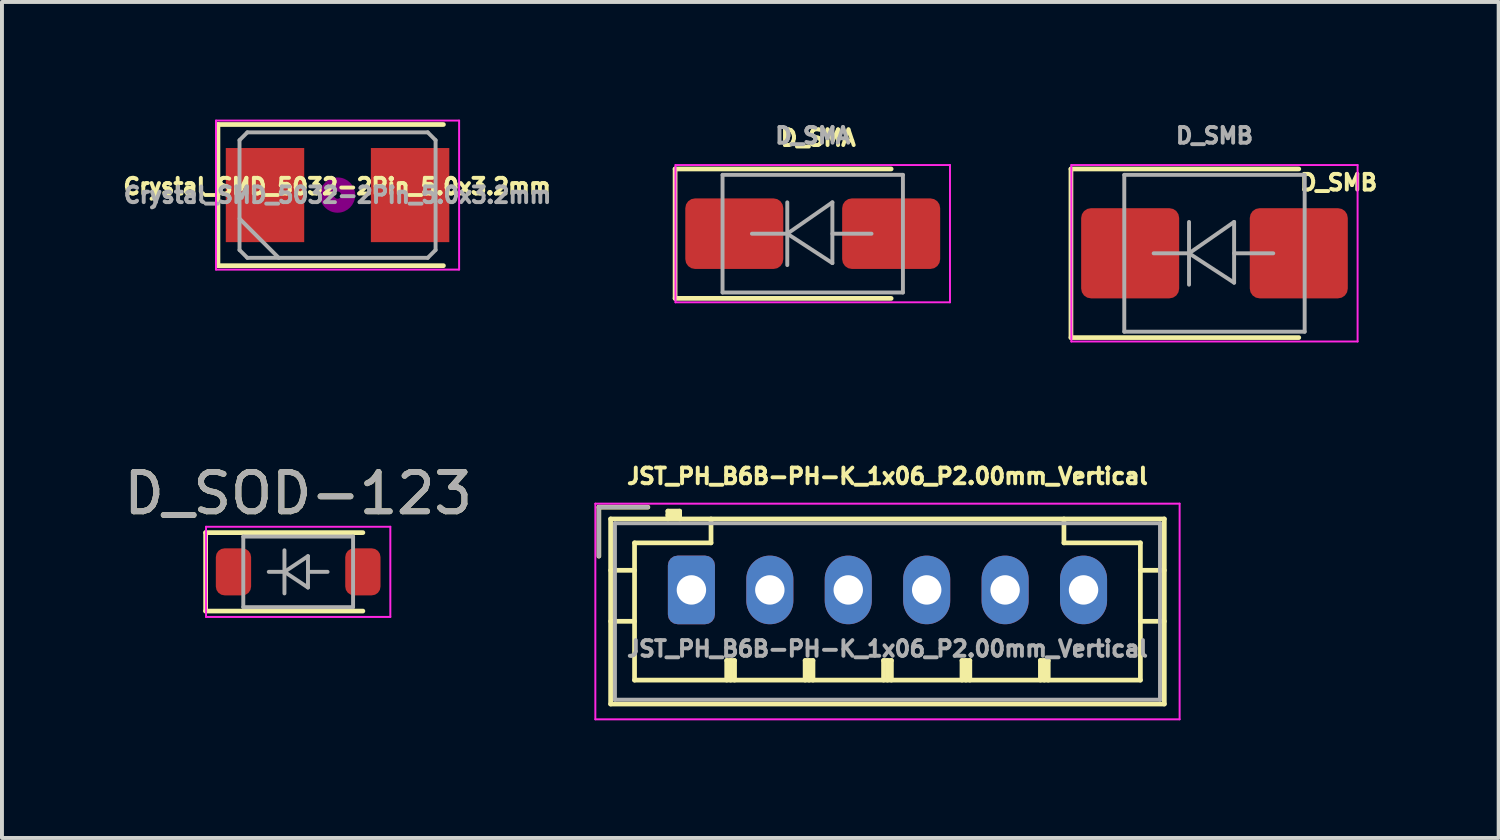
<source format=kicad_pcb>
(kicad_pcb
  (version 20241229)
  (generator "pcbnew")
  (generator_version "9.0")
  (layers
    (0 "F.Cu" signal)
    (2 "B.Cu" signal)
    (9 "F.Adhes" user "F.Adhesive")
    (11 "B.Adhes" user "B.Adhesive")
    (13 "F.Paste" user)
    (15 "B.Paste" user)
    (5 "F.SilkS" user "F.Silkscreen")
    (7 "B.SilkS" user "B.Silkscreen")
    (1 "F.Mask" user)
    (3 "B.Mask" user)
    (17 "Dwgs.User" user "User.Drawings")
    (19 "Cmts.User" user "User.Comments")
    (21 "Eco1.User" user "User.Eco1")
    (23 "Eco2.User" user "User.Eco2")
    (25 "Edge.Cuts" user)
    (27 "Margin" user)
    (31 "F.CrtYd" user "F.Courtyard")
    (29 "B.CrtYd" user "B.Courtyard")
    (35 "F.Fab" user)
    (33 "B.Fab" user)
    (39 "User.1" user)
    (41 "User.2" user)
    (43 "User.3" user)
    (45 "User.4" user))
  (footprint "JST_PH_B6B-PH-K_1x06_P2.00mm_Vertical"
    (layer "F.Cu")
    (at 14.582 11.994)
    (property "Reference" "JST_PH_B6B-PH-K_1x06_P2.00mm_Vertical" (at 5 -2.9 180) (layer "F.SilkS") (effects (font (size 0.4 0.4) (thickness 0.15))))
    (attr through_hole)
    (fp_line (start -2.36 -2.11) (end -2.36 -0.86) (stroke (width 0.12) (type solid)) (layer "F.SilkS"))
    (fp_line (start -2.06 -1.81) (end -2.06 2.91) (stroke (width 0.12) (type solid)) (layer "F.SilkS"))
    (fp_line (start -2.06 -0.5) (end -1.45 -0.5) (stroke (width 0.12) (type solid)) (layer "F.SilkS"))
    (fp_line (start -2.06 0.8) (end -1.45 0.8) (stroke (width 0.12) (type solid)) (layer "F.SilkS"))
    (fp_line (start -2.06 2.91) (end 12.06 2.91) (stroke (width 0.12) (type solid)) (layer "F.SilkS"))
    (fp_line (start -1.45 -1.2) (end -1.45 2.3) (stroke (width 0.12) (type solid)) (layer "F.SilkS"))
    (fp_line (start -1.45 2.3) (end 11.45 2.3) (stroke (width 0.12) (type solid)) (layer "F.SilkS"))
    (fp_line (start -1.11 -2.11) (end -2.36 -2.11) (stroke (width 0.12) (type solid)) (layer "F.SilkS"))
    (fp_line (start -0.6 -2.01) (end -0.6 -1.81) (stroke (width 0.12) (type solid)) (layer "F.SilkS"))
    (fp_line (start -0.3 -2.01) (end -0.6 -2.01) (stroke (width 0.12) (type solid)) (layer "F.SilkS"))
    (fp_line (start -0.3 -1.91) (end -0.6 -1.91) (stroke (width 0.12) (type solid)) (layer "F.SilkS"))
    (fp_line (start -0.3 -1.81) (end -0.3 -2.01) (stroke (width 0.12) (type solid)) (layer "F.SilkS"))
    (fp_line (start 0.5 -1.81) (end 0.5 -1.2) (stroke (width 0.12) (type solid)) (layer "F.SilkS"))
    (fp_line (start 0.5 -1.2) (end -1.45 -1.2) (stroke (width 0.12) (type solid)) (layer "F.SilkS"))
    (fp_line (start 0.9 1.8) (end 1.1 1.8) (stroke (width 0.12) (type solid)) (layer "F.SilkS"))
    (fp_line (start 0.9 2.3) (end 0.9 1.8) (stroke (width 0.12) (type solid)) (layer "F.SilkS"))
    (fp_line (start 1 2.3) (end 1 1.8) (stroke (width 0.12) (type solid)) (layer "F.SilkS"))
    (fp_line (start 1.1 1.8) (end 1.1 2.3) (stroke (width 0.12) (type solid)) (layer "F.SilkS"))
    (fp_line (start 2.9 1.8) (end 3.1 1.8) (stroke (width 0.12) (type solid)) (layer "F.SilkS"))
    (fp_line (start 2.9 2.3) (end 2.9 1.8) (stroke (width 0.12) (type solid)) (layer "F.SilkS"))
    (fp_line (start 3 2.3) (end 3 1.8) (stroke (width 0.12) (type solid)) (layer "F.SilkS"))
    (fp_line (start 3.1 1.8) (end 3.1 2.3) (stroke (width 0.12) (type solid)) (layer "F.SilkS"))
    (fp_line (start 4.9 1.8) (end 5.1 1.8) (stroke (width 0.12) (type solid)) (layer "F.SilkS"))
    (fp_line (start 4.9 2.3) (end 4.9 1.8) (stroke (width 0.12) (type solid)) (layer "F.SilkS"))
    (fp_line (start 5 2.3) (end 5 1.8) (stroke (width 0.12) (type solid)) (layer "F.SilkS"))
    (fp_line (start 5.1 1.8) (end 5.1 2.3) (stroke (width 0.12) (type solid)) (layer "F.SilkS"))
    (fp_line (start 6.9 1.8) (end 7.1 1.8) (stroke (width 0.12) (type solid)) (layer "F.SilkS"))
    (fp_line (start 6.9 2.3) (end 6.9 1.8) (stroke (width 0.12) (type solid)) (layer "F.SilkS"))
    (fp_line (start 7 2.3) (end 7 1.8) (stroke (width 0.12) (type solid)) (layer "F.SilkS"))
    (fp_line (start 7.1 1.8) (end 7.1 2.3) (stroke (width 0.12) (type solid)) (layer "F.SilkS"))
    (fp_line (start 8.9 1.8) (end 9.1 1.8) (stroke (width 0.12) (type solid)) (layer "F.SilkS"))
    (fp_line (start 8.9 2.3) (end 8.9 1.8) (stroke (width 0.12) (type solid)) (layer "F.SilkS"))
    (fp_line (start 9 2.3) (end 9 1.8) (stroke (width 0.12) (type solid)) (layer "F.SilkS"))
    (fp_line (start 9.1 1.8) (end 9.1 2.3) (stroke (width 0.12) (type solid)) (layer "F.SilkS"))
    (fp_line (start 9.5 -1.2) (end 9.5 -1.81) (stroke (width 0.12) (type solid)) (layer "F.SilkS"))
    (fp_line (start 11.45 -1.2) (end 9.5 -1.2) (stroke (width 0.12) (type solid)) (layer "F.SilkS"))
    (fp_line (start 11.45 2.3) (end 11.45 -1.2) (stroke (width 0.12) (type solid)) (layer "F.SilkS"))
    (fp_line (start 12.06 -1.81) (end -2.06 -1.81) (stroke (width 0.12) (type solid)) (layer "F.SilkS"))
    (fp_line (start 12.06 -0.5) (end 11.45 -0.5) (stroke (width 0.12) (type solid)) (layer "F.SilkS"))
    (fp_line (start 12.06 0.8) (end 11.45 0.8) (stroke (width 0.12) (type solid)) (layer "F.SilkS"))
    (fp_line (start 12.06 2.91) (end 12.06 -1.81) (stroke (width 0.12) (type solid)) (layer "F.SilkS"))
    (fp_line (start -2.45 -2.2) (end -2.45 3.3) (stroke (width 0.05) (type solid)) (layer "F.CrtYd"))
    (fp_line (start -2.45 3.3) (end 12.45 3.3) (stroke (width 0.05) (type solid)) (layer "F.CrtYd"))
    (fp_line (start 12.45 -2.2) (end -2.45 -2.2) (stroke (width 0.05) (type solid)) (layer "F.CrtYd"))
    (fp_line (start 12.45 3.3) (end 12.45 -2.2) (stroke (width 0.05) (type solid)) (layer "F.CrtYd"))
    (fp_line (start -2.36 -2.11) (end -2.36 -0.86) (stroke (width 0.1) (type solid)) (layer "F.Fab"))
    (fp_line (start -1.95 -1.7) (end -1.95 2.8) (stroke (width 0.1) (type solid)) (layer "F.Fab"))
    (fp_line (start -1.95 2.8) (end 11.95 2.8) (stroke (width 0.1) (type solid)) (layer "F.Fab"))
    (fp_line (start -1.11 -2.11) (end -2.36 -2.11) (stroke (width 0.1) (type solid)) (layer "F.Fab"))
    (fp_line (start 11.95 -1.7) (end -1.95 -1.7) (stroke (width 0.1) (type solid)) (layer "F.Fab"))
    (fp_line (start 11.95 2.8) (end 11.95 -1.7) (stroke (width 0.1) (type solid)) (layer "F.Fab"))
    (fp_text user "${REFERENCE}" (at 5 1.5 180) (layer "F.Fab") (effects (font (size 0.4 0.4) (thickness 0.15))))
    (pad "1" thru_hole roundrect (at 0 0) (size 1.2 1.75) (drill 0.75) (layers "*.Cu" "*.Mask") (roundrect_rratio 0.208))
    (pad "2" thru_hole oval (at 2 0) (size 1.2 1.75) (drill 0.75) (layers "*.Cu" "*.Mask"))
    (pad "3" thru_hole oval (at 4 0) (size 1.2 1.75) (drill 0.75) (layers "*.Cu" "*.Mask"))
    (pad "4" thru_hole oval (at 6 0) (size 1.2 1.75) (drill 0.75) (layers "*.Cu" "*.Mask"))
    (pad "5" thru_hole oval (at 8 0) (size 1.2 1.75) (drill 0.75) (layers "*.Cu" "*.Mask"))
    (pad "6" thru_hole oval (at 10 0) (size 1.2 1.75) (drill 0.75) (layers "*.Cu" "*.Mask")))
  (footprint "D_SMA"
    (layer "F.Cu")
    (at 17.676 2.909)
    (property "Reference" "D_SMA" (at 0.14 -2.44 0) (layer "F.SilkS") (effects (font (size 0.4 0.4) (thickness 0.15))))
    (attr smd)
    (fp_line (start -3.51 -1.65) (end -3.51 1.65) (stroke (width 0.12) (type solid)) (layer "F.SilkS"))
    (fp_line (start -3.51 -1.65) (end 2 -1.65) (stroke (width 0.12) (type solid)) (layer "F.SilkS"))
    (fp_line (start -3.51 1.65) (end 2 1.65) (stroke (width 0.12) (type solid)) (layer "F.SilkS"))
    (fp_line (start -3.5 -1.75) (end 3.5 -1.75) (stroke (width 0.05) (type solid)) (layer "F.CrtYd"))
    (fp_line (start -3.5 1.75) (end -3.5 -1.75) (stroke (width 0.05) (type solid)) (layer "F.CrtYd"))
    (fp_line (start 3.5 -1.75) (end 3.5 1.75) (stroke (width 0.05) (type solid)) (layer "F.CrtYd"))
    (fp_line (start 3.5 1.75) (end -3.5 1.75) (stroke (width 0.05) (type solid)) (layer "F.CrtYd"))
    (fp_line (start -2.3 1.5) (end -2.3 -1.5) (stroke (width 0.1) (type solid)) (layer "F.Fab"))
    (fp_line (start -0.649 -0.799) (end -0.649 0.801) (stroke (width 0.1) (type solid)) (layer "F.Fab"))
    (fp_line (start -0.649 0.001) (end -1.551 0.001) (stroke (width 0.1) (type solid)) (layer "F.Fab"))
    (fp_line (start -0.649 0.001) (end 0.501 -0.799) (stroke (width 0.1) (type solid)) (layer "F.Fab"))
    (fp_line (start -0.649 0.001) (end 0.501 0.75) (stroke (width 0.1) (type solid)) (layer "F.Fab"))
    (fp_line (start 0.501 0.001) (end 1.499 0.001) (stroke (width 0.1) (type solid)) (layer "F.Fab"))
    (fp_line (start 0.501 0.75) (end 0.501 -0.799) (stroke (width 0.1) (type solid)) (layer "F.Fab"))
    (fp_line (start 2.3 -1.5) (end -2.3 -1.5) (stroke (width 0.1) (type solid)) (layer "F.Fab"))
    (fp_line (start 2.3 -1.5) (end 2.3 1.5) (stroke (width 0.1) (type solid)) (layer "F.Fab"))
    (fp_line (start 2.3 1.5) (end -2.3 1.5) (stroke (width 0.1) (type solid)) (layer "F.Fab"))
    (fp_text user "${REFERENCE}" (at 0 -2.5 0) (layer "F.Fab") (effects (font (size 0.4 0.4) (thickness 0.15))))
    (pad "1" smd roundrect (at -2 0) (size 2.5 1.8) (layers "F.Cu" "F.Mask" "F.Paste") (roundrect_rratio 0.139))
    (pad "2" smd roundrect (at 2 0) (size 2.5 1.8) (layers "F.Cu" "F.Mask" "F.Paste") (roundrect_rratio 0.139)))
  (footprint "D_SOD-123"
    (layer "F.Cu")
    (at 4.554 11.533)
    (property "Reference" "D_SOD-123" (at 0 -2 0) (layer "F.SilkS") (effects (font (size 1 1) (thickness 0.15))))
    (attr smd)
    (fp_line (start -2.36 -1) (end -2.36 1) (stroke (width 0.12) (type solid)) (layer "F.SilkS"))
    (fp_line (start -2.36 -1) (end 1.65 -1) (stroke (width 0.12) (type solid)) (layer "F.SilkS"))
    (fp_line (start -2.36 1) (end 1.65 1) (stroke (width 0.12) (type solid)) (layer "F.SilkS"))
    (fp_line (start -2.35 -1.15) (end -2.35 1.15) (stroke (width 0.05) (type solid)) (layer "F.CrtYd"))
    (fp_line (start -2.35 -1.15) (end 2.35 -1.15) (stroke (width 0.05) (type solid)) (layer "F.CrtYd"))
    (fp_line (start 2.35 -1.15) (end 2.35 1.15) (stroke (width 0.05) (type solid)) (layer "F.CrtYd"))
    (fp_line (start 2.35 1.15) (end -2.35 1.15) (stroke (width 0.05) (type solid)) (layer "F.CrtYd"))
    (fp_line (start -1.4 -0.9) (end 1.4 -0.9) (stroke (width 0.1) (type solid)) (layer "F.Fab"))
    (fp_line (start -1.4 0.9) (end -1.4 -0.9) (stroke (width 0.1) (type solid)) (layer "F.Fab"))
    (fp_line (start -0.75 0) (end -0.35 0) (stroke (width 0.1) (type solid)) (layer "F.Fab"))
    (fp_line (start -0.35 0) (end -0.35 -0.55) (stroke (width 0.1) (type solid)) (layer "F.Fab"))
    (fp_line (start -0.35 0) (end -0.35 0.55) (stroke (width 0.1) (type solid)) (layer "F.Fab"))
    (fp_line (start -0.35 0) (end 0.25 -0.4) (stroke (width 0.1) (type solid)) (layer "F.Fab"))
    (fp_line (start 0.25 -0.4) (end 0.25 0.4) (stroke (width 0.1) (type solid)) (layer "F.Fab"))
    (fp_line (start 0.25 0) (end 0.75 0) (stroke (width 0.1) (type solid)) (layer "F.Fab"))
    (fp_line (start 0.25 0.4) (end -0.35 0) (stroke (width 0.1) (type solid)) (layer "F.Fab"))
    (fp_line (start 1.4 -0.9) (end 1.4 0.9) (stroke (width 0.1) (type solid)) (layer "F.Fab"))
    (fp_line (start 1.4 0.9) (end -1.4 0.9) (stroke (width 0.1) (type solid)) (layer "F.Fab"))
    (fp_text user "${REFERENCE}" (at 0 -2 0) (layer "F.Fab") (effects (font (size 1 1) (thickness 0.15))))
    (pad "1" smd roundrect (at -1.65 0) (size 0.9 1.2) (layers "F.Cu" "F.Mask" "F.Paste") (roundrect_rratio 0.25))
    (pad "2" smd roundrect (at 1.65 0) (size 0.9 1.2) (layers "F.Cu" "F.Mask" "F.Paste") (roundrect_rratio 0.25)))
  (footprint "D_SMB"
    (layer "F.Cu")
    (at 27.921 3.409)
    (property "Reference" "D_SMB" (at 3.165 -1.805 180) (layer "F.SilkS") (effects (font (size 0.4 0.4) (thickness 0.15))))
    (attr smd)
    (fp_line (start -3.66 -2.15) (end -3.66 2.15) (stroke (width 0.12) (type solid)) (layer "F.SilkS"))
    (fp_line (start -3.66 -2.15) (end 2.15 -2.15) (stroke (width 0.12) (type solid)) (layer "F.SilkS"))
    (fp_line (start -3.66 2.15) (end 2.15 2.15) (stroke (width 0.12) (type solid)) (layer "F.SilkS"))
    (fp_line (start -3.65 -2.25) (end 3.65 -2.25) (stroke (width 0.05) (type solid)) (layer "F.CrtYd"))
    (fp_line (start -3.65 2.25) (end -3.65 -2.25) (stroke (width 0.05) (type solid)) (layer "F.CrtYd"))
    (fp_line (start 3.65 -2.25) (end 3.65 2.25) (stroke (width 0.05) (type solid)) (layer "F.CrtYd"))
    (fp_line (start 3.65 2.25) (end -3.65 2.25) (stroke (width 0.05) (type solid)) (layer "F.CrtYd"))
    (fp_line (start -2.3 2) (end -2.3 -2) (stroke (width 0.1) (type solid)) (layer "F.Fab"))
    (fp_line (start -0.649 -0.799) (end -0.649 0.801) (stroke (width 0.1) (type solid)) (layer "F.Fab"))
    (fp_line (start -0.649 0.001) (end -1.551 0.001) (stroke (width 0.1) (type solid)) (layer "F.Fab"))
    (fp_line (start -0.649 0.001) (end 0.501 -0.799) (stroke (width 0.1) (type solid)) (layer "F.Fab"))
    (fp_line (start -0.649 0.001) (end 0.501 0.75) (stroke (width 0.1) (type solid)) (layer "F.Fab"))
    (fp_line (start 0.501 0.001) (end 1.499 0.001) (stroke (width 0.1) (type solid)) (layer "F.Fab"))
    (fp_line (start 0.501 0.75) (end 0.501 -0.799) (stroke (width 0.1) (type solid)) (layer "F.Fab"))
    (fp_line (start 2.3 -2) (end -2.3 -2) (stroke (width 0.1) (type solid)) (layer "F.Fab"))
    (fp_line (start 2.3 -2) (end 2.3 2) (stroke (width 0.1) (type solid)) (layer "F.Fab"))
    (fp_line (start 2.3 2) (end -2.3 2) (stroke (width 0.1) (type solid)) (layer "F.Fab"))
    (fp_text user "${REFERENCE}" (at 0 -3 0) (layer "F.Fab") (effects (font (size 0.4 0.4) (thickness 0.15))))
    (pad "1" smd roundrect (at -2.15 0) (size 2.5 2.3) (layers "F.Cu" "F.Mask" "F.Paste") (roundrect_rratio 0.109))
    (pad "2" smd roundrect (at 2.15 0) (size 2.5 2.3) (layers "F.Cu" "F.Mask" "F.Paste") (roundrect_rratio 0.109)))
  (footprint "Crystal_SMD_5032-2Pin_5.0x3.2mm"
    (layer "F.Cu")
    (at 5.558 1.925)
    (property "Reference" "Crystal_SMD_5032-2Pin_5.0x3.2mm" (at -0.01 -0.22 180) (layer "F.SilkS") (effects (font (size 0.4 0.4) (thickness 0.15))))
    (attr smd)
    (fp_line (start -3.05 -1.8) (end -3.05 1.8) (stroke (width 0.12) (type solid)) (layer "F.SilkS"))
    (fp_line (start -3.05 1.8) (end 2.7 1.8) (stroke (width 0.12) (type solid)) (layer "F.SilkS"))
    (fp_line (start 2.7 -1.8) (end -3.05 -1.8) (stroke (width 0.12) (type solid)) (layer "F.SilkS"))
    (fp_circle (center 0 0) (end 0.093 0) (stroke (width 0.187) (type solid)) (fill no) (layer "F.Adhes"))
    (fp_circle (center 0 0) (end 0.213 0) (stroke (width 0.133) (type solid)) (fill no) (layer "F.Adhes"))
    (fp_circle (center 0 0) (end 0.333 0) (stroke (width 0.133) (type solid)) (fill no) (layer "F.Adhes"))
    (fp_circle (center 0 0) (end 0.4 0) (stroke (width 0.1) (type solid)) (fill no) (layer "F.Adhes"))
    (fp_line (start -3.1 -1.9) (end -3.1 1.9) (stroke (width 0.05) (type solid)) (layer "F.CrtYd"))
    (fp_line (start -3.1 1.9) (end 3.1 1.9) (stroke (width 0.05) (type solid)) (layer "F.CrtYd"))
    (fp_line (start 3.1 -1.9) (end -3.1 -1.9) (stroke (width 0.05) (type solid)) (layer "F.CrtYd"))
    (fp_line (start 3.1 1.9) (end 3.1 -1.9) (stroke (width 0.05) (type solid)) (layer "F.CrtYd"))
    (fp_line (start -2.5 -1.4) (end -2.3 -1.6) (stroke (width 0.1) (type solid)) (layer "F.Fab"))
    (fp_line (start -2.5 0.6) (end -1.5 1.6) (stroke (width 0.1) (type solid)) (layer "F.Fab"))
    (fp_line (start -2.5 1.4) (end -2.5 -1.4) (stroke (width 0.1) (type solid)) (layer "F.Fab"))
    (fp_line (start -2.3 -1.6) (end 2.3 -1.6) (stroke (width 0.1) (type solid)) (layer "F.Fab"))
    (fp_line (start -2.3 1.6) (end -2.5 1.4) (stroke (width 0.1) (type solid)) (layer "F.Fab"))
    (fp_line (start 2.3 -1.6) (end 2.5 -1.4) (stroke (width 0.1) (type solid)) (layer "F.Fab"))
    (fp_line (start 2.3 1.6) (end -2.3 1.6) (stroke (width 0.1) (type solid)) (layer "F.Fab"))
    (fp_line (start 2.5 -1.4) (end 2.5 1.4) (stroke (width 0.1) (type solid)) (layer "F.Fab"))
    (fp_line (start 2.5 1.4) (end 2.3 1.6) (stroke (width 0.1) (type solid)) (layer "F.Fab"))
    (fp_text user "${REFERENCE}" (at 0 0 180) (layer "F.Fab") (effects (font (size 0.4 0.4) (thickness 0.15))))
    (pad "1" smd rect (at -1.85 0) (size 2 2.4) (layers "F.Cu" "F.Mask" "F.Paste"))
    (pad "2" smd rect (at 1.85 0) (size 2 2.4) (layers "F.Cu" "F.Mask" "F.Paste")))
  (gr_rect
    (start -3 -3)
    (end 35.168 18.319)
    (stroke (width 0.1) (type default))
    (fill no)
    (layer "Edge.Cuts")))
</source>
